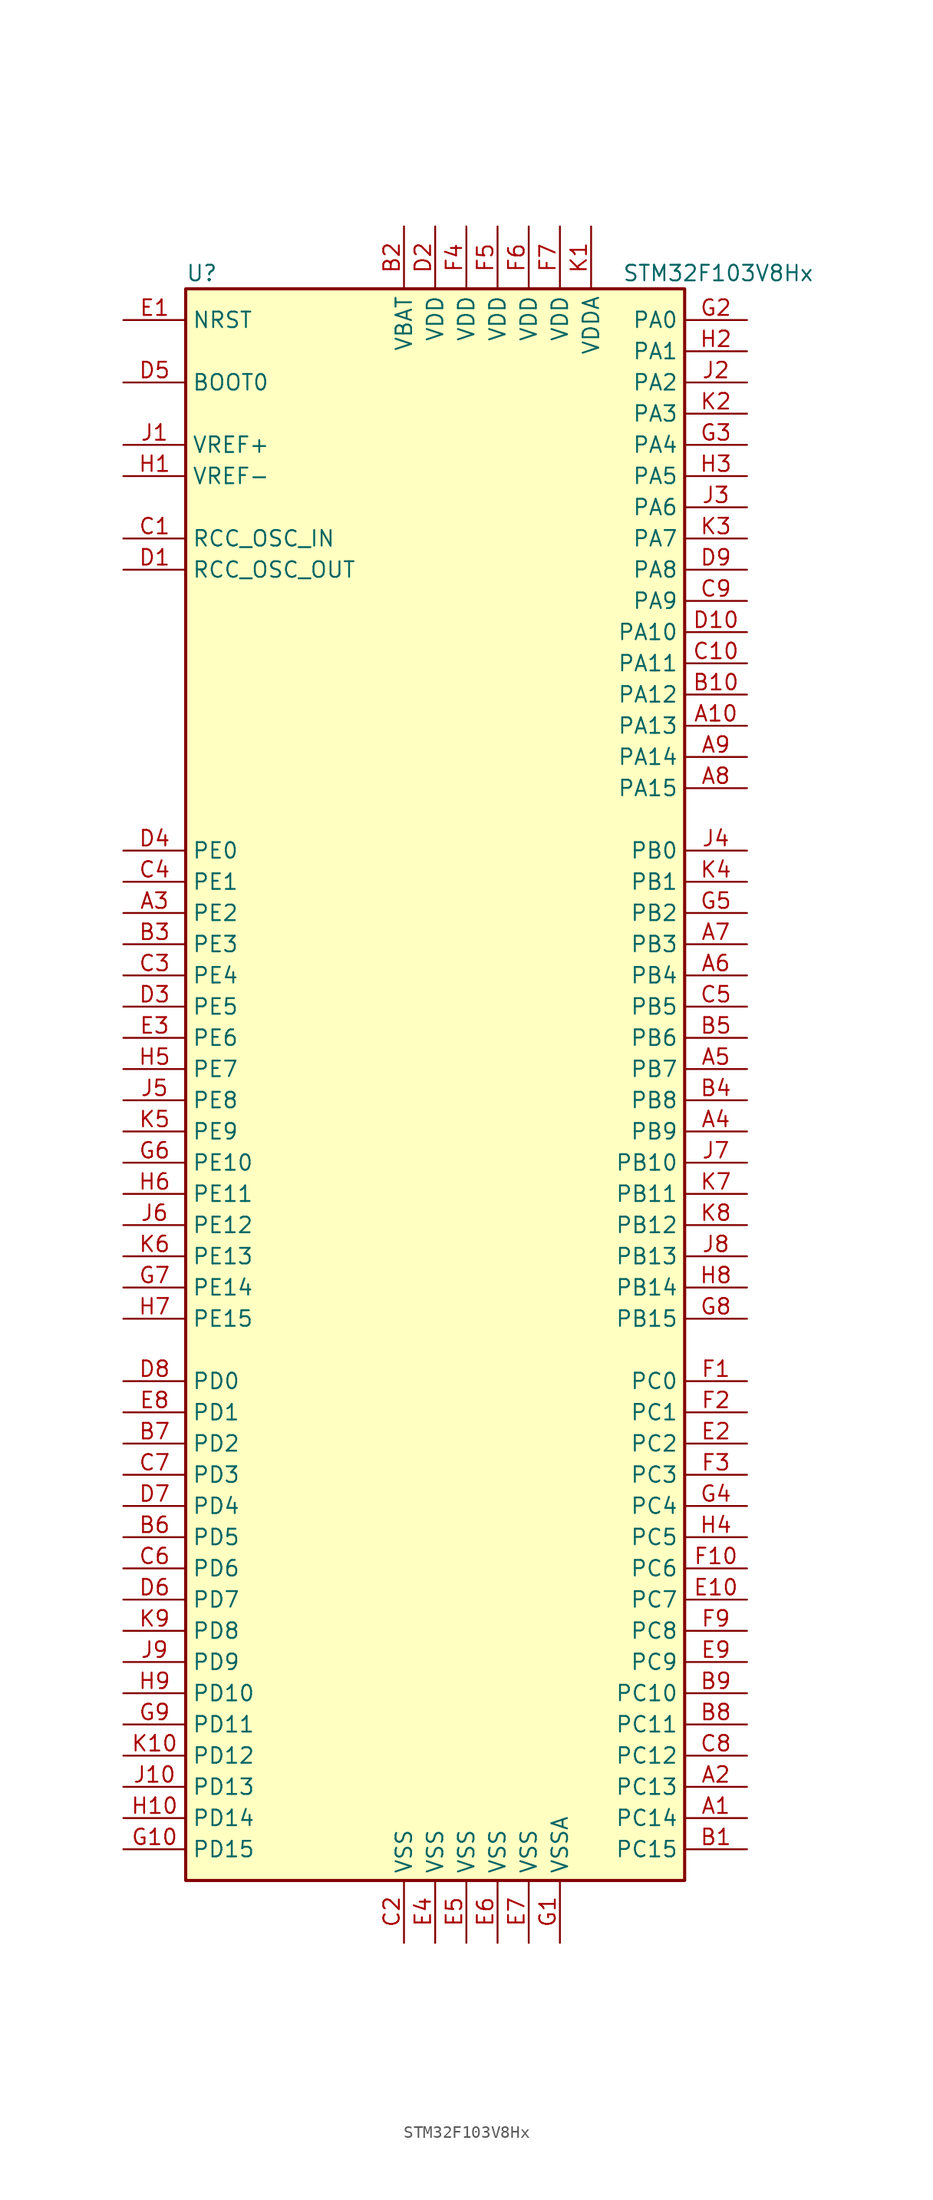
<source format=kicad_sym>
(kicad_symbol_lib
  (version 20201005)
  (generator kicad_symbol_editor)
  (symbol "STM32F103V8Hx"
    (property "Reference" "U"
      (at -20.32 64.77 0)
      (effects (font (size 1.27 1.27)) (justify left)))
    (property "Value" "STM32F103V8Hx"
      (at 15.24 64.77 0)
      (effects (font (size 1.27 1.27)) (justify left)))
    (symbol "STM32F103V8Hx_0_1"
      (rectangle (start -20.32 -66.04) (end 20.32 63.5) (stroke (width 0.254)) (fill (type background))))
    (symbol "STM32F103V8Hx_1_1"
      (pin input line (at -25.4 55.88 0) (length 5.08) (name "BOOT0" (effects (font (size 1.27 1.27)))) (number "D5" (effects (font (size 1.27 1.27)))))
      (pin no_connect line (at -20.32 -63.5 0) (length 5.08) hide (name "NC" (effects (font (size 1.27 1.27)))) (number "F8" (effects (font (size 1.27 1.27)))))
      (pin input line (at -25.4 60.96 0) (length 5.08) (name "NRST" (effects (font (size 1.27 1.27)))) (number "E1" (effects (font (size 1.27 1.27)))))
      (pin bidirectional line (at 25.4 60.96 180) (length 5.08) (name "PA0" (effects (font (size 1.27 1.27)))) (number "G2" (effects (font (size 1.27 1.27)))))
      (pin bidirectional line (at 25.4 58.42 180) (length 5.08) (name "PA1" (effects (font (size 1.27 1.27)))) (number "H2" (effects (font (size 1.27 1.27)))))
      (pin bidirectional line (at 25.4 35.56 180) (length 5.08) (name "PA10" (effects (font (size 1.27 1.27)))) (number "D10" (effects (font (size 1.27 1.27)))))
      (pin bidirectional line (at 25.4 33.02 180) (length 5.08) (name "PA11" (effects (font (size 1.27 1.27)))) (number "C10" (effects (font (size 1.27 1.27)))))
      (pin bidirectional line (at 25.4 30.48 180) (length 5.08) (name "PA12" (effects (font (size 1.27 1.27)))) (number "B10" (effects (font (size 1.27 1.27)))))
      (pin bidirectional line (at 25.4 27.94 180) (length 5.08) (name "PA13" (effects (font (size 1.27 1.27)))) (number "A10" (effects (font (size 1.27 1.27)))))
      (pin bidirectional line (at 25.4 25.4 180) (length 5.08) (name "PA14" (effects (font (size 1.27 1.27)))) (number "A9" (effects (font (size 1.27 1.27)))))
      (pin bidirectional line (at 25.4 22.86 180) (length 5.08) (name "PA15" (effects (font (size 1.27 1.27)))) (number "A8" (effects (font (size 1.27 1.27)))))
      (pin bidirectional line (at 25.4 55.88 180) (length 5.08) (name "PA2" (effects (font (size 1.27 1.27)))) (number "J2" (effects (font (size 1.27 1.27)))))
      (pin bidirectional line (at 25.4 53.34 180) (length 5.08) (name "PA3" (effects (font (size 1.27 1.27)))) (number "K2" (effects (font (size 1.27 1.27)))))
      (pin bidirectional line (at 25.4 50.8 180) (length 5.08) (name "PA4" (effects (font (size 1.27 1.27)))) (number "G3" (effects (font (size 1.27 1.27)))))
      (pin bidirectional line (at 25.4 48.26 180) (length 5.08) (name "PA5" (effects (font (size 1.27 1.27)))) (number "H3" (effects (font (size 1.27 1.27)))))
      (pin bidirectional line (at 25.4 45.72 180) (length 5.08) (name "PA6" (effects (font (size 1.27 1.27)))) (number "J3" (effects (font (size 1.27 1.27)))))
      (pin bidirectional line (at 25.4 43.18 180) (length 5.08) (name "PA7" (effects (font (size 1.27 1.27)))) (number "K3" (effects (font (size 1.27 1.27)))))
      (pin bidirectional line (at 25.4 40.64 180) (length 5.08) (name "PA8" (effects (font (size 1.27 1.27)))) (number "D9" (effects (font (size 1.27 1.27)))))
      (pin bidirectional line (at 25.4 38.1 180) (length 5.08) (name "PA9" (effects (font (size 1.27 1.27)))) (number "C9" (effects (font (size 1.27 1.27)))))
      (pin bidirectional line (at 25.4 17.78 180) (length 5.08) (name "PB0" (effects (font (size 1.27 1.27)))) (number "J4" (effects (font (size 1.27 1.27)))))
      (pin bidirectional line (at 25.4 15.24 180) (length 5.08) (name "PB1" (effects (font (size 1.27 1.27)))) (number "K4" (effects (font (size 1.27 1.27)))))
      (pin bidirectional line (at 25.4 -7.62 180) (length 5.08) (name "PB10" (effects (font (size 1.27 1.27)))) (number "J7" (effects (font (size 1.27 1.27)))))
      (pin bidirectional line (at 25.4 -10.16 180) (length 5.08) (name "PB11" (effects (font (size 1.27 1.27)))) (number "K7" (effects (font (size 1.27 1.27)))))
      (pin bidirectional line (at 25.4 -12.7 180) (length 5.08) (name "PB12" (effects (font (size 1.27 1.27)))) (number "K8" (effects (font (size 1.27 1.27)))))
      (pin bidirectional line (at 25.4 -15.24 180) (length 5.08) (name "PB13" (effects (font (size 1.27 1.27)))) (number "J8" (effects (font (size 1.27 1.27)))))
      (pin bidirectional line (at 25.4 -17.78 180) (length 5.08) (name "PB14" (effects (font (size 1.27 1.27)))) (number "H8" (effects (font (size 1.27 1.27)))))
      (pin bidirectional line (at 25.4 -20.32 180) (length 5.08) (name "PB15" (effects (font (size 1.27 1.27)))) (number "G8" (effects (font (size 1.27 1.27)))))
      (pin bidirectional line (at 25.4 12.7 180) (length 5.08) (name "PB2" (effects (font (size 1.27 1.27)))) (number "G5" (effects (font (size 1.27 1.27)))))
      (pin bidirectional line (at 25.4 10.16 180) (length 5.08) (name "PB3" (effects (font (size 1.27 1.27)))) (number "A7" (effects (font (size 1.27 1.27)))))
      (pin bidirectional line (at 25.4 7.62 180) (length 5.08) (name "PB4" (effects (font (size 1.27 1.27)))) (number "A6" (effects (font (size 1.27 1.27)))))
      (pin bidirectional line (at 25.4 5.08 180) (length 5.08) (name "PB5" (effects (font (size 1.27 1.27)))) (number "C5" (effects (font (size 1.27 1.27)))))
      (pin bidirectional line (at 25.4 2.54 180) (length 5.08) (name "PB6" (effects (font (size 1.27 1.27)))) (number "B5" (effects (font (size 1.27 1.27)))))
      (pin bidirectional line (at 25.4 0 180) (length 5.08) (name "PB7" (effects (font (size 1.27 1.27)))) (number "A5" (effects (font (size 1.27 1.27)))))
      (pin bidirectional line (at 25.4 -2.54 180) (length 5.08) (name "PB8" (effects (font (size 1.27 1.27)))) (number "B4" (effects (font (size 1.27 1.27)))))
      (pin bidirectional line (at 25.4 -5.08 180) (length 5.08) (name "PB9" (effects (font (size 1.27 1.27)))) (number "A4" (effects (font (size 1.27 1.27)))))
      (pin bidirectional line (at 25.4 -25.4 180) (length 5.08) (name "PC0" (effects (font (size 1.27 1.27)))) (number "F1" (effects (font (size 1.27 1.27)))))
      (pin bidirectional line (at 25.4 -27.94 180) (length 5.08) (name "PC1" (effects (font (size 1.27 1.27)))) (number "F2" (effects (font (size 1.27 1.27)))))
      (pin bidirectional line (at 25.4 -50.8 180) (length 5.08) (name "PC10" (effects (font (size 1.27 1.27)))) (number "B9" (effects (font (size 1.27 1.27)))))
      (pin bidirectional line (at 25.4 -53.34 180) (length 5.08) (name "PC11" (effects (font (size 1.27 1.27)))) (number "B8" (effects (font (size 1.27 1.27)))))
      (pin bidirectional line (at 25.4 -55.88 180) (length 5.08) (name "PC12" (effects (font (size 1.27 1.27)))) (number "C8" (effects (font (size 1.27 1.27)))))
      (pin bidirectional line (at 25.4 -58.42 180) (length 5.08) (name "PC13" (effects (font (size 1.27 1.27)))) (number "A2" (effects (font (size 1.27 1.27)))))
      (pin bidirectional line (at 25.4 -60.96 180) (length 5.08) (name "PC14" (effects (font (size 1.27 1.27)))) (number "A1" (effects (font (size 1.27 1.27)))))
      (pin bidirectional line (at 25.4 -63.5 180) (length 5.08) (name "PC15" (effects (font (size 1.27 1.27)))) (number "B1" (effects (font (size 1.27 1.27)))))
      (pin bidirectional line (at 25.4 -30.48 180) (length 5.08) (name "PC2" (effects (font (size 1.27 1.27)))) (number "E2" (effects (font (size 1.27 1.27)))))
      (pin bidirectional line (at 25.4 -33.02 180) (length 5.08) (name "PC3" (effects (font (size 1.27 1.27)))) (number "F3" (effects (font (size 1.27 1.27)))))
      (pin bidirectional line (at 25.4 -35.56 180) (length 5.08) (name "PC4" (effects (font (size 1.27 1.27)))) (number "G4" (effects (font (size 1.27 1.27)))))
      (pin bidirectional line (at 25.4 -38.1 180) (length 5.08) (name "PC5" (effects (font (size 1.27 1.27)))) (number "H4" (effects (font (size 1.27 1.27)))))
      (pin bidirectional line (at 25.4 -40.64 180) (length 5.08) (name "PC6" (effects (font (size 1.27 1.27)))) (number "F10" (effects (font (size 1.27 1.27)))))
      (pin bidirectional line (at 25.4 -43.18 180) (length 5.08) (name "PC7" (effects (font (size 1.27 1.27)))) (number "E10" (effects (font (size 1.27 1.27)))))
      (pin bidirectional line (at 25.4 -45.72 180) (length 5.08) (name "PC8" (effects (font (size 1.27 1.27)))) (number "F9" (effects (font (size 1.27 1.27)))))
      (pin bidirectional line (at 25.4 -48.26 180) (length 5.08) (name "PC9" (effects (font (size 1.27 1.27)))) (number "E9" (effects (font (size 1.27 1.27)))))
      (pin bidirectional line (at -25.4 -25.4 0) (length 5.08) (name "PD0" (effects (font (size 1.27 1.27)))) (number "D8" (effects (font (size 1.27 1.27)))))
      (pin bidirectional line (at -25.4 -27.94 0) (length 5.08) (name "PD1" (effects (font (size 1.27 1.27)))) (number "E8" (effects (font (size 1.27 1.27)))))
      (pin bidirectional line (at -25.4 -50.8 0) (length 5.08) (name "PD10" (effects (font (size 1.27 1.27)))) (number "H9" (effects (font (size 1.27 1.27)))))
      (pin bidirectional line (at -25.4 -53.34 0) (length 5.08) (name "PD11" (effects (font (size 1.27 1.27)))) (number "G9" (effects (font (size 1.27 1.27)))))
      (pin bidirectional line (at -25.4 -55.88 0) (length 5.08) (name "PD12" (effects (font (size 1.27 1.27)))) (number "K10" (effects (font (size 1.27 1.27)))))
      (pin bidirectional line (at -25.4 -58.42 0) (length 5.08) (name "PD13" (effects (font (size 1.27 1.27)))) (number "J10" (effects (font (size 1.27 1.27)))))
      (pin bidirectional line (at -25.4 -60.96 0) (length 5.08) (name "PD14" (effects (font (size 1.27 1.27)))) (number "H10" (effects (font (size 1.27 1.27)))))
      (pin bidirectional line (at -25.4 -63.5 0) (length 5.08) (name "PD15" (effects (font (size 1.27 1.27)))) (number "G10" (effects (font (size 1.27 1.27)))))
      (pin bidirectional line (at -25.4 -30.48 0) (length 5.08) (name "PD2" (effects (font (size 1.27 1.27)))) (number "B7" (effects (font (size 1.27 1.27)))))
      (pin bidirectional line (at -25.4 -33.02 0) (length 5.08) (name "PD3" (effects (font (size 1.27 1.27)))) (number "C7" (effects (font (size 1.27 1.27)))))
      (pin bidirectional line (at -25.4 -35.56 0) (length 5.08) (name "PD4" (effects (font (size 1.27 1.27)))) (number "D7" (effects (font (size 1.27 1.27)))))
      (pin bidirectional line (at -25.4 -38.1 0) (length 5.08) (name "PD5" (effects (font (size 1.27 1.27)))) (number "B6" (effects (font (size 1.27 1.27)))))
      (pin bidirectional line (at -25.4 -40.64 0) (length 5.08) (name "PD6" (effects (font (size 1.27 1.27)))) (number "C6" (effects (font (size 1.27 1.27)))))
      (pin bidirectional line (at -25.4 -43.18 0) (length 5.08) (name "PD7" (effects (font (size 1.27 1.27)))) (number "D6" (effects (font (size 1.27 1.27)))))
      (pin bidirectional line (at -25.4 -45.72 0) (length 5.08) (name "PD8" (effects (font (size 1.27 1.27)))) (number "K9" (effects (font (size 1.27 1.27)))))
      (pin bidirectional line (at -25.4 -48.26 0) (length 5.08) (name "PD9" (effects (font (size 1.27 1.27)))) (number "J9" (effects (font (size 1.27 1.27)))))
      (pin bidirectional line (at -25.4 17.78 0) (length 5.08) (name "PE0" (effects (font (size 1.27 1.27)))) (number "D4" (effects (font (size 1.27 1.27)))))
      (pin bidirectional line (at -25.4 15.24 0) (length 5.08) (name "PE1" (effects (font (size 1.27 1.27)))) (number "C4" (effects (font (size 1.27 1.27)))))
      (pin bidirectional line (at -25.4 -7.62 0) (length 5.08) (name "PE10" (effects (font (size 1.27 1.27)))) (number "G6" (effects (font (size 1.27 1.27)))))
      (pin bidirectional line (at -25.4 -10.16 0) (length 5.08) (name "PE11" (effects (font (size 1.27 1.27)))) (number "H6" (effects (font (size 1.27 1.27)))))
      (pin bidirectional line (at -25.4 -12.7 0) (length 5.08) (name "PE12" (effects (font (size 1.27 1.27)))) (number "J6" (effects (font (size 1.27 1.27)))))
      (pin bidirectional line (at -25.4 -15.24 0) (length 5.08) (name "PE13" (effects (font (size 1.27 1.27)))) (number "K6" (effects (font (size 1.27 1.27)))))
      (pin bidirectional line (at -25.4 -17.78 0) (length 5.08) (name "PE14" (effects (font (size 1.27 1.27)))) (number "G7" (effects (font (size 1.27 1.27)))))
      (pin bidirectional line (at -25.4 -20.32 0) (length 5.08) (name "PE15" (effects (font (size 1.27 1.27)))) (number "H7" (effects (font (size 1.27 1.27)))))
      (pin bidirectional line (at -25.4 12.7 0) (length 5.08) (name "PE2" (effects (font (size 1.27 1.27)))) (number "A3" (effects (font (size 1.27 1.27)))))
      (pin bidirectional line (at -25.4 10.16 0) (length 5.08) (name "PE3" (effects (font (size 1.27 1.27)))) (number "B3" (effects (font (size 1.27 1.27)))))
      (pin bidirectional line (at -25.4 7.62 0) (length 5.08) (name "PE4" (effects (font (size 1.27 1.27)))) (number "C3" (effects (font (size 1.27 1.27)))))
      (pin bidirectional line (at -25.4 5.08 0) (length 5.08) (name "PE5" (effects (font (size 1.27 1.27)))) (number "D3" (effects (font (size 1.27 1.27)))))
      (pin bidirectional line (at -25.4 2.54 0) (length 5.08) (name "PE6" (effects (font (size 1.27 1.27)))) (number "E3" (effects (font (size 1.27 1.27)))))
      (pin bidirectional line (at -25.4 0 0) (length 5.08) (name "PE7" (effects (font (size 1.27 1.27)))) (number "H5" (effects (font (size 1.27 1.27)))))
      (pin bidirectional line (at -25.4 -2.54 0) (length 5.08) (name "PE8" (effects (font (size 1.27 1.27)))) (number "J5" (effects (font (size 1.27 1.27)))))
      (pin bidirectional line (at -25.4 -5.08 0) (length 5.08) (name "PE9" (effects (font (size 1.27 1.27)))) (number "K5" (effects (font (size 1.27 1.27)))))
      (pin input line (at -25.4 43.18 0) (length 5.08) (name "RCC_OSC_IN" (effects (font (size 1.27 1.27)))) (number "C1" (effects (font (size 1.27 1.27)))))
      (pin input line (at -25.4 40.64 0) (length 5.08) (name "RCC_OSC_OUT" (effects (font (size 1.27 1.27)))) (number "D1" (effects (font (size 1.27 1.27)))))
      (pin power_in line (at -2.54 68.58 270) (length 5.08) (name "VBAT" (effects (font (size 1.27 1.27)))) (number "B2" (effects (font (size 1.27 1.27)))))
      (pin power_in line (at 0 68.58 270) (length 5.08) (name "VDD" (effects (font (size 1.27 1.27)))) (number "D2" (effects (font (size 1.27 1.27)))))
      (pin power_in line (at 2.54 68.58 270) (length 5.08) (name "VDD" (effects (font (size 1.27 1.27)))) (number "F4" (effects (font (size 1.27 1.27)))))
      (pin power_in line (at 5.08 68.58 270) (length 5.08) (name "VDD" (effects (font (size 1.27 1.27)))) (number "F5" (effects (font (size 1.27 1.27)))))
      (pin power_in line (at 7.62 68.58 270) (length 5.08) (name "VDD" (effects (font (size 1.27 1.27)))) (number "F6" (effects (font (size 1.27 1.27)))))
      (pin power_in line (at 10.16 68.58 270) (length 5.08) (name "VDD" (effects (font (size 1.27 1.27)))) (number "F7" (effects (font (size 1.27 1.27)))))
      (pin power_in line (at 12.7 68.58 270) (length 5.08) (name "VDDA" (effects (font (size 1.27 1.27)))) (number "K1" (effects (font (size 1.27 1.27)))))
      (pin power_in line (at -25.4 50.8 0) (length 5.08) (name "VREF+" (effects (font (size 1.27 1.27)))) (number "J1" (effects (font (size 1.27 1.27)))))
      (pin power_in line (at -25.4 48.26 0) (length 5.08) (name "VREF-" (effects (font (size 1.27 1.27)))) (number "H1" (effects (font (size 1.27 1.27)))))
      (pin power_in line (at -2.54 -71.12 90) (length 5.08) (name "VSS" (effects (font (size 1.27 1.27)))) (number "C2" (effects (font (size 1.27 1.27)))))
      (pin power_in line (at 0 -71.12 90) (length 5.08) (name "VSS" (effects (font (size 1.27 1.27)))) (number "E4" (effects (font (size 1.27 1.27)))))
      (pin power_in line (at 2.54 -71.12 90) (length 5.08) (name "VSS" (effects (font (size 1.27 1.27)))) (number "E5" (effects (font (size 1.27 1.27)))))
      (pin power_in line (at 5.08 -71.12 90) (length 5.08) (name "VSS" (effects (font (size 1.27 1.27)))) (number "E6" (effects (font (size 1.27 1.27)))))
      (pin power_in line (at 7.62 -71.12 90) (length 5.08) (name "VSS" (effects (font (size 1.27 1.27)))) (number "E7" (effects (font (size 1.27 1.27)))))
      (pin power_in line (at 10.16 -71.12 90) (length 5.08) (name "VSSA" (effects (font (size 1.27 1.27)))) (number "G1" (effects (font (size 1.27 1.27))))))))
</source>
